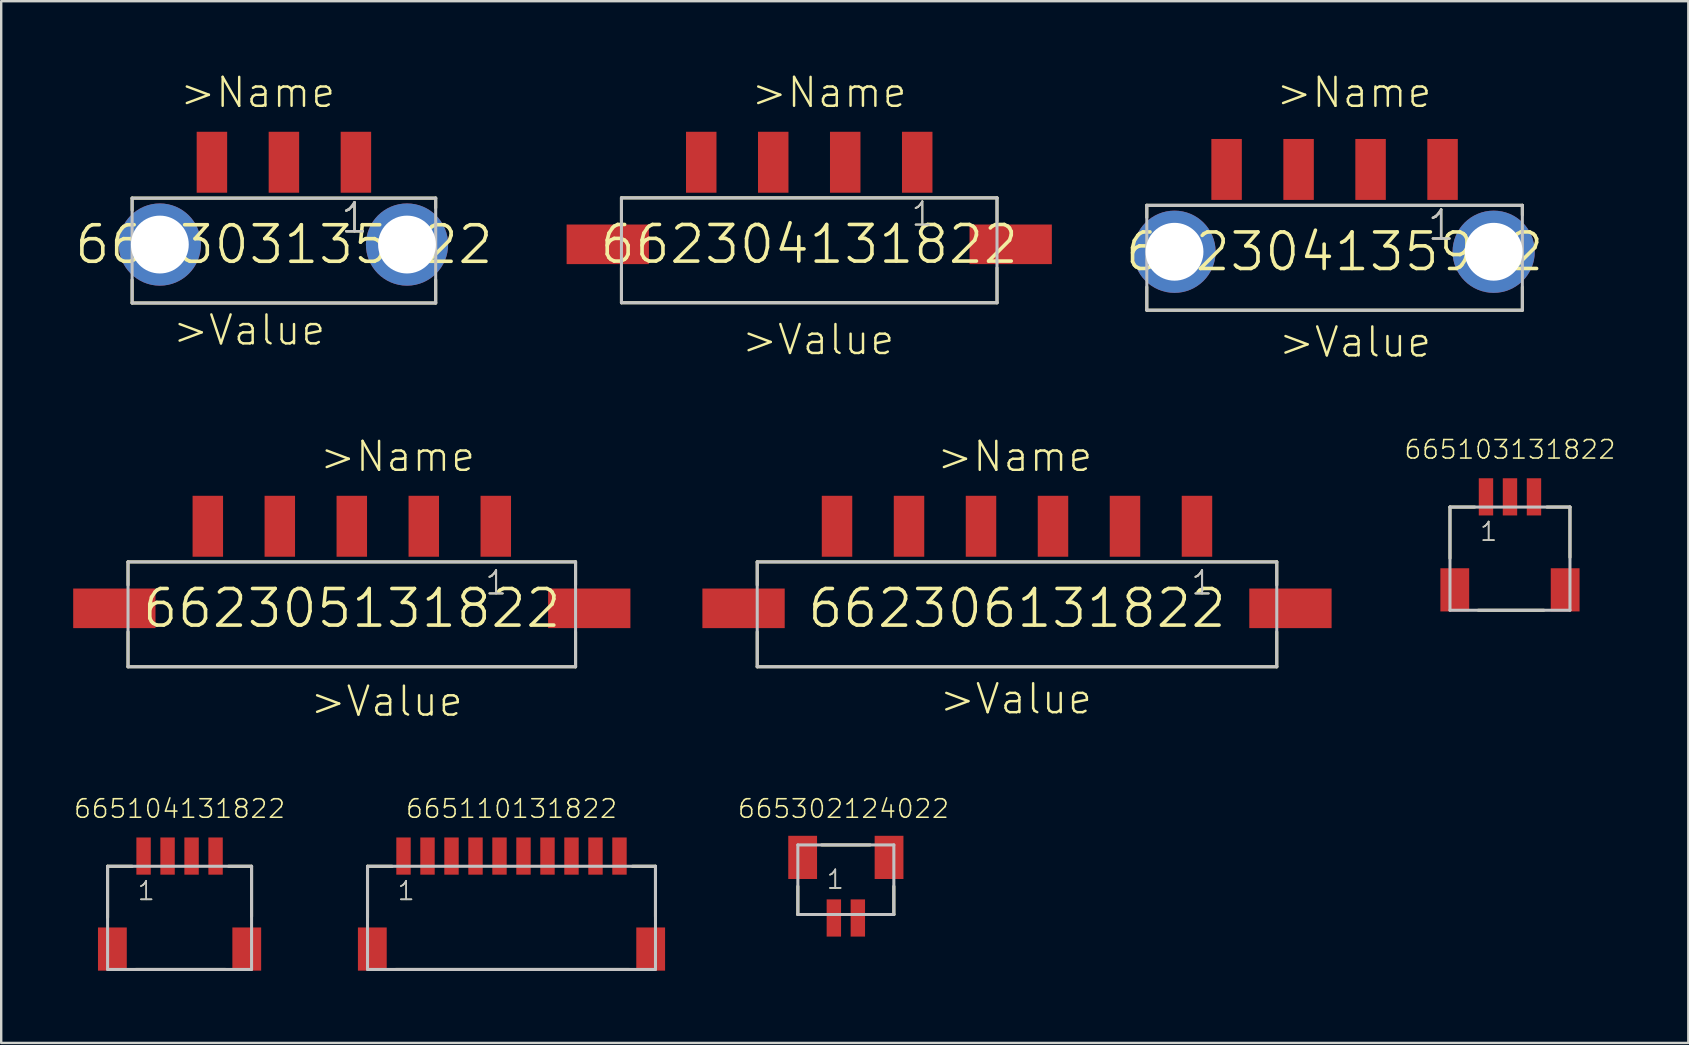
<source format=kicad_pcb>
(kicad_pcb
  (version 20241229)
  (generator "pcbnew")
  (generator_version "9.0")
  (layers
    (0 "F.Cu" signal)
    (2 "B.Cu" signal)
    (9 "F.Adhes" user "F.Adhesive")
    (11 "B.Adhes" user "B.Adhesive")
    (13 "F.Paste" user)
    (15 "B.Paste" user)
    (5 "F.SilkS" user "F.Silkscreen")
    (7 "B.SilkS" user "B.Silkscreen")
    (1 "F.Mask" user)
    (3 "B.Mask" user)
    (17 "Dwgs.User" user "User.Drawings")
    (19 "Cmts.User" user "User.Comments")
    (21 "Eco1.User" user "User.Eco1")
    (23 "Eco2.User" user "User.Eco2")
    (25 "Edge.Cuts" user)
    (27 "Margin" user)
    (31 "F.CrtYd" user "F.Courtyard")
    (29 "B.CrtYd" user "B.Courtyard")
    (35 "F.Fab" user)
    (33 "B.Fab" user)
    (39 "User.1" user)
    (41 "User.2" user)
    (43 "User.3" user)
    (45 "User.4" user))
  (footprint "662305131822"
    (layer "F.Cu")
    (at 11.61 22.3)
    (property "Reference" "662305131822" (at 0 0 0) (layer "F.SilkS") (effects (font (size 1.524 1.524) (thickness 0.15))))
    (attr through_hole)
    (fp_line (start -9.325 -1.935) (end 9.325 -1.935) (stroke (width 0.127) (type solid)) (layer "F.SilkS"))
    (fp_line (start -9.325 -0.97) (end -9.325 -1.935) (stroke (width 0.127) (type solid)) (layer "F.SilkS"))
    (fp_line (start -9.325 0.98) (end -9.325 2.435) (stroke (width 0.127) (type solid)) (layer "F.SilkS"))
    (fp_line (start -9.325 2.435) (end 9.325 2.435) (stroke (width 0.127) (type solid)) (layer "F.SilkS"))
    (fp_line (start 9.325 -1.935) (end 9.325 -0.97) (stroke (width 0.127) (type solid)) (layer "F.SilkS"))
    (fp_line (start 9.325 2.435) (end 9.325 0.98) (stroke (width 0.127) (type solid)) (layer "F.SilkS"))
    (fp_line (start -9.325 -1.935) (end -9.325 2.435) (stroke (width 0.127) (type solid)) (layer "Dwgs.User"))
    (fp_line (start -9.325 -1.935) (end 9.325 -1.935) (stroke (width 0.127) (type solid)) (layer "Dwgs.User"))
    (fp_line (start -9.325 2.435) (end 9.325 2.435) (stroke (width 0.127) (type solid)) (layer "Dwgs.User"))
    (fp_line (start 9.325 2.435) (end 9.325 -1.935) (stroke (width 0.127) (type solid)) (layer "Dwgs.User"))
    (fp_text user ">Value" (at -1.8 4.58 0) (layer "F.SilkS") (effects (font (size 1.206 1.206) (thickness 0.102)) (justify left bottom)))
    (fp_text user "1" (at 5.5 -0.5 0) (layer "F.SilkS") (effects (font (size 0.965 0.965) (thickness 0.081)) (justify left bottom)))
    (fp_text user ">Name" (at -1.4 -5.62 0) (layer "F.SilkS") (effects (font (size 1.206 1.206) (thickness 0.102)) (justify left bottom)))
    (fp_text user "1" (at 5.5 -0.5 0) (layer "Dwgs.User") (effects (font (size 0.965 0.965) (thickness 0.081)) (justify left bottom)))
    (pad "1" smd rect (at 6 -3.42 90) (size 2.54 1.27) (layers "F.Cu" "F.Mask" "F.Paste"))
    (pad "2" smd rect (at 3 -3.42 90) (size 2.54 1.27) (layers "F.Cu" "F.Mask" "F.Paste"))
    (pad "3" smd rect (at 0 -3.42 90) (size 2.54 1.27) (layers "F.Cu" "F.Mask" "F.Paste"))
    (pad "4" smd rect (at -3 -3.42 90) (size 2.54 1.27) (layers "F.Cu" "F.Mask" "F.Paste"))
    (pad "5" smd rect (at -6 -3.42 90) (size 2.54 1.27) (layers "F.Cu" "F.Mask" "F.Paste"))
    (pad "Z1" smd rect (at -9.895 0) (size 3.43 1.65) (layers "F.Cu" "F.Mask" "F.Paste"))
    (pad "Z2" smd rect (at 9.895 0) (size 3.43 1.65) (layers "F.Cu" "F.Mask" "F.Paste")))
  (footprint "665104131822"
    (layer "F.Cu")
    (at 4.433 32.624)
    (property "Reference" "665104131822" (at 0 -1.52 0) (layer "F.SilkS") (effects (font (size 0.772 0.772) (thickness 0.065)) (justify bottom)))
    (attr through_hole)
    (fp_line (start -3 0.425) (end -3 2.56) (stroke (width 0.127) (type solid)) (layer "F.SilkS"))
    (fp_line (start -1.97 0.425) (end -3 0.425) (stroke (width 0.127) (type solid)) (layer "F.SilkS"))
    (fp_line (start -1.82 4.725) (end 1.91 4.725) (stroke (width 0.127) (type solid)) (layer "F.SilkS"))
    (fp_line (start 2.04 0.425) (end 3 0.425) (stroke (width 0.127) (type solid)) (layer "F.SilkS"))
    (fp_line (start 3 0.425) (end 3 2.52) (stroke (width 0.127) (type solid)) (layer "F.SilkS"))
    (fp_line (start -3 0.425) (end 3 0.425) (stroke (width 0.127) (type solid)) (layer "Dwgs.User"))
    (fp_line (start -3 4.725) (end -3 0.425) (stroke (width 0.127) (type solid)) (layer "Dwgs.User"))
    (fp_line (start 3 0.425) (end 3 4.725) (stroke (width 0.127) (type solid)) (layer "Dwgs.User"))
    (fp_line (start 3 4.725) (end -3 4.725) (stroke (width 0.127) (type solid)) (layer "Dwgs.User"))
    (fp_text user "1" (at -1.8 1.9 0) (layer "F.SilkS") (effects (font (size 0.772 0.772) (thickness 0.065)) (justify left bottom)))
    (fp_text user "1" (at -1.8 1.9 0) (layer "Dwgs.User") (effects (font (size 0.772 0.772) (thickness 0.065)) (justify left bottom)))
    (pad "1" smd rect (at -1.5 0) (size 0.6 1.55) (layers "F.Cu" "F.Mask" "F.Paste"))
    (pad "2" smd rect (at -0.5 0) (size 0.6 1.55) (layers "F.Cu" "F.Mask" "F.Paste"))
    (pad "3" smd rect (at 0.5 0) (size 0.6 1.55) (layers "F.Cu" "F.Mask" "F.Paste"))
    (pad "4" smd rect (at 1.5 0) (size 0.6 1.55) (layers "F.Cu" "F.Mask" "F.Paste"))
    (pad "Z1" smd rect (at -2.8 3.875) (size 1.2 1.8) (layers "F.Cu" "F.Mask" "F.Paste"))
    (pad "Z2" smd rect (at 2.8 3.875) (size 1.2 1.8) (layers "F.Cu" "F.Mask" "F.Paste")))
  (footprint "662303135922"
    (layer "F.Cu")
    (at 8.781 7.141)
    (property "Reference" "662303135922" (at 0 0 0) (layer "F.SilkS") (effects (font (size 1.524 1.524) (thickness 0.15))))
    (attr through_hole)
    (fp_line (start -6.325 -1.935) (end 6.325 -1.935) (stroke (width 0.127) (type solid)) (layer "F.SilkS"))
    (fp_line (start -6.325 -1.43) (end -6.325 -1.935) (stroke (width 0.127) (type solid)) (layer "F.SilkS"))
    (fp_line (start -6.325 1.47) (end -6.325 2.435) (stroke (width 0.127) (type solid)) (layer "F.SilkS"))
    (fp_line (start -6.325 2.435) (end 6.325 2.435) (stroke (width 0.127) (type solid)) (layer "F.SilkS"))
    (fp_line (start 6.325 -1.935) (end 6.325 -1.53) (stroke (width 0.127) (type solid)) (layer "F.SilkS"))
    (fp_line (start 6.325 2.435) (end 6.325 1.47) (stroke (width 0.127) (type solid)) (layer "F.SilkS"))
    (fp_line (start -6.325 -1.935) (end -6.325 2.435) (stroke (width 0.127) (type solid)) (layer "Dwgs.User"))
    (fp_line (start -6.325 -1.935) (end 6.325 -1.935) (stroke (width 0.127) (type solid)) (layer "Dwgs.User"))
    (fp_line (start -6.325 2.435) (end 6.325 2.435) (stroke (width 0.127) (type solid)) (layer "Dwgs.User"))
    (fp_line (start 6.325 2.435) (end 6.325 -1.935) (stroke (width 0.127) (type solid)) (layer "Dwgs.User"))
    (fp_text user ">Name" (at -4.4 -5.63 0) (layer "F.SilkS") (effects (font (size 1.206 1.206) (thickness 0.102)) (justify left bottom)))
    (fp_text user "1" (at 2.3 -0.4 0) (layer "F.SilkS") (effects (font (size 1.206 1.206) (thickness 0.102)) (justify left bottom)))
    (fp_text user ">Value" (at -4.7 4.27 0) (layer "F.SilkS") (effects (font (size 1.206 1.206) (thickness 0.102)) (justify left bottom)))
    (fp_text user "1" (at 2.3 -0.4 0) (layer "Dwgs.User") (effects (font (size 1.206 1.206) (thickness 0.102)) (justify left bottom)))
    (pad "1" smd rect (at 3 -3.43 90) (size 2.54 1.27) (layers "F.Cu" "F.Mask" "F.Paste"))
    (pad "2" smd rect (at 0 -3.43 90) (size 2.54 1.27) (layers "F.Cu" "F.Mask" "F.Paste"))
    (pad "3" smd rect (at -3 -3.43 90) (size 2.54 1.27) (layers "F.Cu" "F.Mask" "F.Paste"))
    (pad "Z1" thru_hole circle (at -5.17 0) (size 3.426 3.426) (drill 2.41) (layers "*.Cu" "*.Mask"))
    (pad "Z2" thru_hole circle (at 5.13 0) (size 3.426 3.426) (drill 2.41) (layers "*.Cu" "*.Mask")))
  (footprint "662304131822"
    (layer "F.Cu")
    (at 30.672 7.131)
    (property "Reference" "662304131822" (at 0 0 0) (layer "F.SilkS") (effects (font (size 1.524 1.524) (thickness 0.15))))
    (attr through_hole)
    (fp_line (start -7.825 -1.935) (end 7.825 -1.935) (stroke (width 0.127) (type solid)) (layer "F.SilkS"))
    (fp_line (start -7.825 -0.97) (end -7.825 -1.935) (stroke (width 0.127) (type solid)) (layer "F.SilkS"))
    (fp_line (start -7.825 0.98) (end -7.825 2.435) (stroke (width 0.127) (type solid)) (layer "F.SilkS"))
    (fp_line (start -7.825 2.435) (end 7.825 2.435) (stroke (width 0.127) (type solid)) (layer "F.SilkS"))
    (fp_line (start 7.825 -1.935) (end 7.825 -0.97) (stroke (width 0.127) (type solid)) (layer "F.SilkS"))
    (fp_line (start 7.825 2.435) (end 7.825 0.98) (stroke (width 0.127) (type solid)) (layer "F.SilkS"))
    (fp_line (start -7.825 -1.935) (end -7.825 2.435) (stroke (width 0.127) (type solid)) (layer "Dwgs.User"))
    (fp_line (start -7.825 -1.935) (end 7.825 -1.935) (stroke (width 0.127) (type solid)) (layer "Dwgs.User"))
    (fp_line (start -7.825 2.435) (end 7.825 2.435) (stroke (width 0.127) (type solid)) (layer "Dwgs.User"))
    (fp_line (start 7.825 2.435) (end 7.825 -1.935) (stroke (width 0.127) (type solid)) (layer "Dwgs.User"))
    (fp_text user ">Value" (at -2.88 4.68 0) (layer "F.SilkS") (effects (font (size 1.206 1.206) (thickness 0.102)) (justify left bottom)))
    (fp_text user "1" (at 4.2 -0.7 0) (layer "F.SilkS") (effects (font (size 0.965 0.965) (thickness 0.081)) (justify left bottom)))
    (fp_text user ">Name" (at -2.48 -5.62 0) (layer "F.SilkS") (effects (font (size 1.206 1.206) (thickness 0.102)) (justify left bottom)))
    (fp_text user "1" (at 4.2 -0.7 0) (layer "Dwgs.User") (effects (font (size 0.965 0.965) (thickness 0.081)) (justify left bottom)))
    (pad "1" smd rect (at 4.5 -3.42 90) (size 2.54 1.27) (layers "F.Cu" "F.Mask" "F.Paste"))
    (pad "2" smd rect (at 1.5 -3.42 90) (size 2.54 1.27) (layers "F.Cu" "F.Mask" "F.Paste"))
    (pad "3" smd rect (at -1.5 -3.42 90) (size 2.54 1.27) (layers "F.Cu" "F.Mask" "F.Paste"))
    (pad "4" smd rect (at -4.5 -3.42 90) (size 2.54 1.27) (layers "F.Cu" "F.Mask" "F.Paste"))
    (pad "Z1" smd rect (at -8.395 0) (size 3.43 1.65) (layers "F.Cu" "F.Mask" "F.Paste"))
    (pad "Z2" smd rect (at 8.395 0) (size 3.43 1.65) (layers "F.Cu" "F.Mask" "F.Paste")))
  (footprint "662304135922"
    (layer "F.Cu")
    (at 52.564 7.441)
    (property "Reference" "662304135922" (at 0 0 0) (layer "F.SilkS") (effects (font (size 1.524 1.524) (thickness 0.15))))
    (attr through_hole)
    (fp_line (start -7.825 -1.935) (end 7.825 -1.935) (stroke (width 0.127) (type solid)) (layer "F.SilkS"))
    (fp_line (start -7.825 -1.43) (end -7.825 -1.935) (stroke (width 0.127) (type solid)) (layer "F.SilkS"))
    (fp_line (start -7.825 1.47) (end -7.825 2.435) (stroke (width 0.127) (type solid)) (layer "F.SilkS"))
    (fp_line (start -7.825 2.435) (end 7.825 2.435) (stroke (width 0.127) (type solid)) (layer "F.SilkS"))
    (fp_line (start 7.825 -1.935) (end 7.825 -1.53) (stroke (width 0.127) (type solid)) (layer "F.SilkS"))
    (fp_line (start 7.825 2.435) (end 7.825 1.47) (stroke (width 0.127) (type solid)) (layer "F.SilkS"))
    (fp_line (start -7.825 -1.935) (end -7.825 2.435) (stroke (width 0.127) (type solid)) (layer "Dwgs.User"))
    (fp_line (start -7.825 -1.935) (end 7.825 -1.935) (stroke (width 0.127) (type solid)) (layer "Dwgs.User"))
    (fp_line (start -7.825 2.435) (end 7.825 2.435) (stroke (width 0.127) (type solid)) (layer "Dwgs.User"))
    (fp_line (start 7.825 2.435) (end 7.825 -1.935) (stroke (width 0.127) (type solid)) (layer "Dwgs.User"))
    (fp_text user ">Value" (at -2.4 4.47 0) (layer "F.SilkS") (effects (font (size 1.206 1.206) (thickness 0.102)) (justify left bottom)))
    (fp_text user ">Name" (at -2.5 -5.93 0) (layer "F.SilkS") (effects (font (size 1.206 1.206) (thickness 0.102)) (justify left bottom)))
    (fp_text user "1" (at 3.8 -0.4 0) (layer "F.SilkS") (effects (font (size 1.206 1.206) (thickness 0.102)) (justify left bottom)))
    (fp_text user "1" (at 3.8 -0.4 0) (layer "Dwgs.User") (effects (font (size 1.206 1.206) (thickness 0.102)) (justify left bottom)))
    (pad "1" smd rect (at 4.5 -3.43 90) (size 2.54 1.27) (layers "F.Cu" "F.Mask" "F.Paste"))
    (pad "2" smd rect (at 1.5 -3.43 90) (size 2.54 1.27) (layers "F.Cu" "F.Mask" "F.Paste"))
    (pad "3" smd rect (at -1.5 -3.43 90) (size 2.54 1.27) (layers "F.Cu" "F.Mask" "F.Paste"))
    (pad "4" smd rect (at -4.5 -3.43 90) (size 2.54 1.27) (layers "F.Cu" "F.Mask" "F.Paste"))
    (pad "Z1" thru_hole circle (at -6.67 0) (size 3.426 3.426) (drill 2.41) (layers "*.Cu" "*.Mask"))
    (pad "Z2" thru_hole circle (at 6.63 0) (size 3.426 3.426) (drill 2.41) (layers "*.Cu" "*.Mask")))
  (footprint "665110131822"
    (layer "F.Cu")
    (at 18.265 32.624)
    (property "Reference" "665110131822" (at 0 -1.52 0) (layer "F.SilkS") (effects (font (size 0.772 0.772) (thickness 0.065)) (justify bottom)))
    (attr through_hole)
    (fp_line (start -6 0.425) (end -6 2.56) (stroke (width 0.127) (type solid)) (layer "F.SilkS"))
    (fp_line (start -4.97 0.425) (end -6 0.425) (stroke (width 0.127) (type solid)) (layer "F.SilkS"))
    (fp_line (start -4.82 4.725) (end 4.91 4.725) (stroke (width 0.127) (type solid)) (layer "F.SilkS"))
    (fp_line (start 5.04 0.425) (end 6 0.425) (stroke (width 0.127) (type solid)) (layer "F.SilkS"))
    (fp_line (start 6 0.425) (end 6 2.52) (stroke (width 0.127) (type solid)) (layer "F.SilkS"))
    (fp_line (start -6 0.425) (end 6 0.425) (stroke (width 0.127) (type solid)) (layer "Dwgs.User"))
    (fp_line (start -6 4.725) (end -6 0.425) (stroke (width 0.127) (type solid)) (layer "Dwgs.User"))
    (fp_line (start 6 0.425) (end 6 4.725) (stroke (width 0.127) (type solid)) (layer "Dwgs.User"))
    (fp_line (start 6 4.725) (end -6 4.725) (stroke (width 0.127) (type solid)) (layer "Dwgs.User"))
    (fp_text user "1" (at -4.8 1.9 0) (layer "F.SilkS") (effects (font (size 0.772 0.772) (thickness 0.065)) (justify left bottom)))
    (fp_text user "1" (at -4.8 1.9 0) (layer "Dwgs.User") (effects (font (size 0.772 0.772) (thickness 0.065)) (justify left bottom)))
    (pad "1" smd rect (at -4.5 0) (size 0.6 1.55) (layers "F.Cu" "F.Mask" "F.Paste"))
    (pad "2" smd rect (at -3.5 0) (size 0.6 1.55) (layers "F.Cu" "F.Mask" "F.Paste"))
    (pad "3" smd rect (at -2.5 0) (size 0.6 1.55) (layers "F.Cu" "F.Mask" "F.Paste"))
    (pad "4" smd rect (at -1.5 0) (size 0.6 1.55) (layers "F.Cu" "F.Mask" "F.Paste"))
    (pad "5" smd rect (at -0.5 0) (size 0.6 1.55) (layers "F.Cu" "F.Mask" "F.Paste"))
    (pad "6" smd rect (at 0.5 0) (size 0.6 1.55) (layers "F.Cu" "F.Mask" "F.Paste"))
    (pad "7" smd rect (at 1.5 0) (size 0.6 1.55) (layers "F.Cu" "F.Mask" "F.Paste"))
    (pad "8" smd rect (at 2.5 0) (size 0.6 1.55) (layers "F.Cu" "F.Mask" "F.Paste"))
    (pad "9" smd rect (at 3.5 0) (size 0.6 1.55) (layers "F.Cu" "F.Mask" "F.Paste"))
    (pad "10" smd rect (at 4.5 0) (size 0.6 1.55) (layers "F.Cu" "F.Mask" "F.Paste"))
    (pad "Z1" smd rect (at -5.8 3.875) (size 1.2 1.8) (layers "F.Cu" "F.Mask" "F.Paste"))
    (pad "Z2" smd rect (at 5.8 3.875) (size 1.2 1.8) (layers "F.Cu" "F.Mask" "F.Paste")))
  (footprint "662306131822"
    (layer "F.Cu")
    (at 39.33 22.3)
    (property "Reference" "662306131822" (at 0 0 0) (layer "F.SilkS") (effects (font (size 1.524 1.524) (thickness 0.15))))
    (attr through_hole)
    (fp_line (start -10.825 -1.935) (end 10.825 -1.935) (stroke (width 0.127) (type solid)) (layer "F.SilkS"))
    (fp_line (start -10.825 -0.97) (end -10.825 -1.935) (stroke (width 0.127) (type solid)) (layer "F.SilkS"))
    (fp_line (start -10.825 0.98) (end -10.825 2.435) (stroke (width 0.127) (type solid)) (layer "F.SilkS"))
    (fp_line (start -10.825 2.435) (end 10.825 2.435) (stroke (width 0.127) (type solid)) (layer "F.SilkS"))
    (fp_line (start 10.825 -1.935) (end 10.825 -0.97) (stroke (width 0.127) (type solid)) (layer "F.SilkS"))
    (fp_line (start 10.825 2.435) (end 10.825 0.98) (stroke (width 0.127) (type solid)) (layer "F.SilkS"))
    (fp_line (start -10.825 -1.935) (end -10.825 2.435) (stroke (width 0.127) (type solid)) (layer "Dwgs.User"))
    (fp_line (start -10.825 -1.935) (end 10.825 -1.935) (stroke (width 0.127) (type solid)) (layer "Dwgs.User"))
    (fp_line (start -10.825 2.435) (end 10.825 2.435) (stroke (width 0.127) (type solid)) (layer "Dwgs.User"))
    (fp_line (start 10.825 2.435) (end 10.825 -1.935) (stroke (width 0.127) (type solid)) (layer "Dwgs.User"))
    (fp_text user ">Name" (at -3.4 -5.62 0) (layer "F.SilkS") (effects (font (size 1.206 1.206) (thickness 0.102)) (justify left bottom)))
    (fp_text user "1" (at 7.2 -0.5 0) (layer "F.SilkS") (effects (font (size 0.965 0.965) (thickness 0.081)) (justify left bottom)))
    (fp_text user ">Value" (at -3.3 4.48 0) (layer "F.SilkS") (effects (font (size 1.206 1.206) (thickness 0.102)) (justify left bottom)))
    (fp_text user "1" (at 7.2 -0.5 0) (layer "Dwgs.User") (effects (font (size 0.965 0.965) (thickness 0.081)) (justify left bottom)))
    (pad "1" smd rect (at 7.5 -3.42 90) (size 2.54 1.27) (layers "F.Cu" "F.Mask" "F.Paste"))
    (pad "2" smd rect (at 4.5 -3.42 90) (size 2.54 1.27) (layers "F.Cu" "F.Mask" "F.Paste"))
    (pad "3" smd rect (at 1.5 -3.42 90) (size 2.54 1.27) (layers "F.Cu" "F.Mask" "F.Paste"))
    (pad "4" smd rect (at -1.5 -3.42 90) (size 2.54 1.27) (layers "F.Cu" "F.Mask" "F.Paste"))
    (pad "5" smd rect (at -4.5 -3.42 90) (size 2.54 1.27) (layers "F.Cu" "F.Mask" "F.Paste"))
    (pad "6" smd rect (at -7.5 -3.42 90) (size 2.54 1.27) (layers "F.Cu" "F.Mask" "F.Paste"))
    (pad "Z1" smd rect (at -11.395 0) (size 3.43 1.65) (layers "F.Cu" "F.Mask" "F.Paste"))
    (pad "Z2" smd rect (at 11.395 0) (size 3.43 1.65) (layers "F.Cu" "F.Mask" "F.Paste")))
  (footprint "665302124022"
    (layer "F.Cu")
    (at 32.198 35.204)
    (property "Reference" "665302124022" (at -0.1 -4.1 0) (layer "F.SilkS") (effects (font (size 0.772 0.772) (thickness 0.065)) (justify bottom)))
    (attr through_hole)
    (fp_line (start -2 -1.32) (end -2 -0.145) (stroke (width 0.127) (type solid)) (layer "F.SilkS"))
    (fp_line (start -2 -0.145) (end -1.11 -0.145) (stroke (width 0.127) (type solid)) (layer "F.SilkS"))
    (fp_line (start -1.01 -3.045) (end 1.01 -3.045) (stroke (width 0.127) (type solid)) (layer "F.SilkS"))
    (fp_line (start 2 -1.32) (end 2 -0.145) (stroke (width 0.127) (type solid)) (layer "F.SilkS"))
    (fp_line (start 2 -0.145) (end 1.08 -0.145) (stroke (width 0.127) (type solid)) (layer "F.SilkS"))
    (fp_line (start -2 -3.045) (end 2 -3.045) (stroke (width 0.127) (type solid)) (layer "Dwgs.User"))
    (fp_line (start -2 -0.145) (end -2 -3.045) (stroke (width 0.127) (type solid)) (layer "Dwgs.User"))
    (fp_line (start 2 -3.045) (end 2 -0.145) (stroke (width 0.127) (type solid)) (layer "Dwgs.User"))
    (fp_line (start 2 -0.145) (end -2 -0.145) (stroke (width 0.127) (type solid)) (layer "Dwgs.User"))
    (fp_text user "1" (at -0.85 -1.15 0) (layer "F.SilkS") (effects (font (size 0.772 0.772) (thickness 0.065)) (justify left bottom)))
    (fp_text user "1" (at -0.85 -1.16 0) (layer "Dwgs.User") (effects (font (size 0.772 0.772) (thickness 0.065)) (justify left bottom)))
    (pad "1" smd rect (at -0.5 0) (size 0.6 1.55) (layers "F.Cu" "F.Mask" "F.Paste"))
    (pad "2" smd rect (at 0.5 0) (size 0.6 1.55) (layers "F.Cu" "F.Mask" "F.Paste"))
    (pad "Z1" smd rect (at -1.8 -2.525) (size 1.2 1.8) (layers "F.Cu" "F.Mask" "F.Paste"))
    (pad "Z2" smd rect (at 1.8 -2.525) (size 1.2 1.8) (layers "F.Cu" "F.Mask" "F.Paste")))
  (footprint "665103131822"
    (layer "F.Cu")
    (at 59.873 17.655)
    (property "Reference" "665103131822" (at 0 -1.52 0) (layer "F.SilkS") (effects (font (size 0.772 0.772) (thickness 0.065)) (justify bottom)))
    (attr through_hole)
    (fp_line (start -2.5 0.425) (end -2.5 2.56) (stroke (width 0.127) (type solid)) (layer "F.SilkS"))
    (fp_line (start -1.47 0.425) (end -2.5 0.425) (stroke (width 0.127) (type solid)) (layer "F.SilkS"))
    (fp_line (start -1.32 4.725) (end 1.41 4.725) (stroke (width 0.127) (type solid)) (layer "F.SilkS"))
    (fp_line (start 1.54 0.425) (end 2.5 0.425) (stroke (width 0.127) (type solid)) (layer "F.SilkS"))
    (fp_line (start 2.5 0.425) (end 2.5 2.52) (stroke (width 0.127) (type solid)) (layer "F.SilkS"))
    (fp_line (start -2.5 0.425) (end 2.5 0.425) (stroke (width 0.127) (type solid)) (layer "Dwgs.User"))
    (fp_line (start -2.5 4.725) (end -2.5 0.425) (stroke (width 0.127) (type solid)) (layer "Dwgs.User"))
    (fp_line (start 2.5 0.425) (end 2.5 4.725) (stroke (width 0.127) (type solid)) (layer "Dwgs.User"))
    (fp_line (start 2.5 4.725) (end -2.5 4.725) (stroke (width 0.127) (type solid)) (layer "Dwgs.User"))
    (fp_text user "1" (at -1.3 1.9 0) (layer "F.SilkS") (effects (font (size 0.772 0.772) (thickness 0.065)) (justify left bottom)))
    (fp_text user "1" (at -1.3 1.9 0) (layer "Dwgs.User") (effects (font (size 0.772 0.772) (thickness 0.065)) (justify left bottom)))
    (pad "1" smd rect (at -1 0) (size 0.6 1.55) (layers "F.Cu" "F.Mask" "F.Paste"))
    (pad "2" smd rect (at 0 0) (size 0.6 1.55) (layers "F.Cu" "F.Mask" "F.Paste"))
    (pad "3" smd rect (at 1 0) (size 0.6 1.55) (layers "F.Cu" "F.Mask" "F.Paste"))
    (pad "Z1" smd rect (at -2.3 3.875) (size 1.2 1.8) (layers "F.Cu" "F.Mask" "F.Paste"))
    (pad "Z2" smd rect (at 2.3 3.875) (size 1.2 1.8) (layers "F.Cu" "F.Mask" "F.Paste")))
  (gr_rect
    (start -3 -3)
    (end 67.305 40.412)
    (stroke (width 0.1) (type default))
    (fill no)
    (layer "Edge.Cuts")))
</source>
